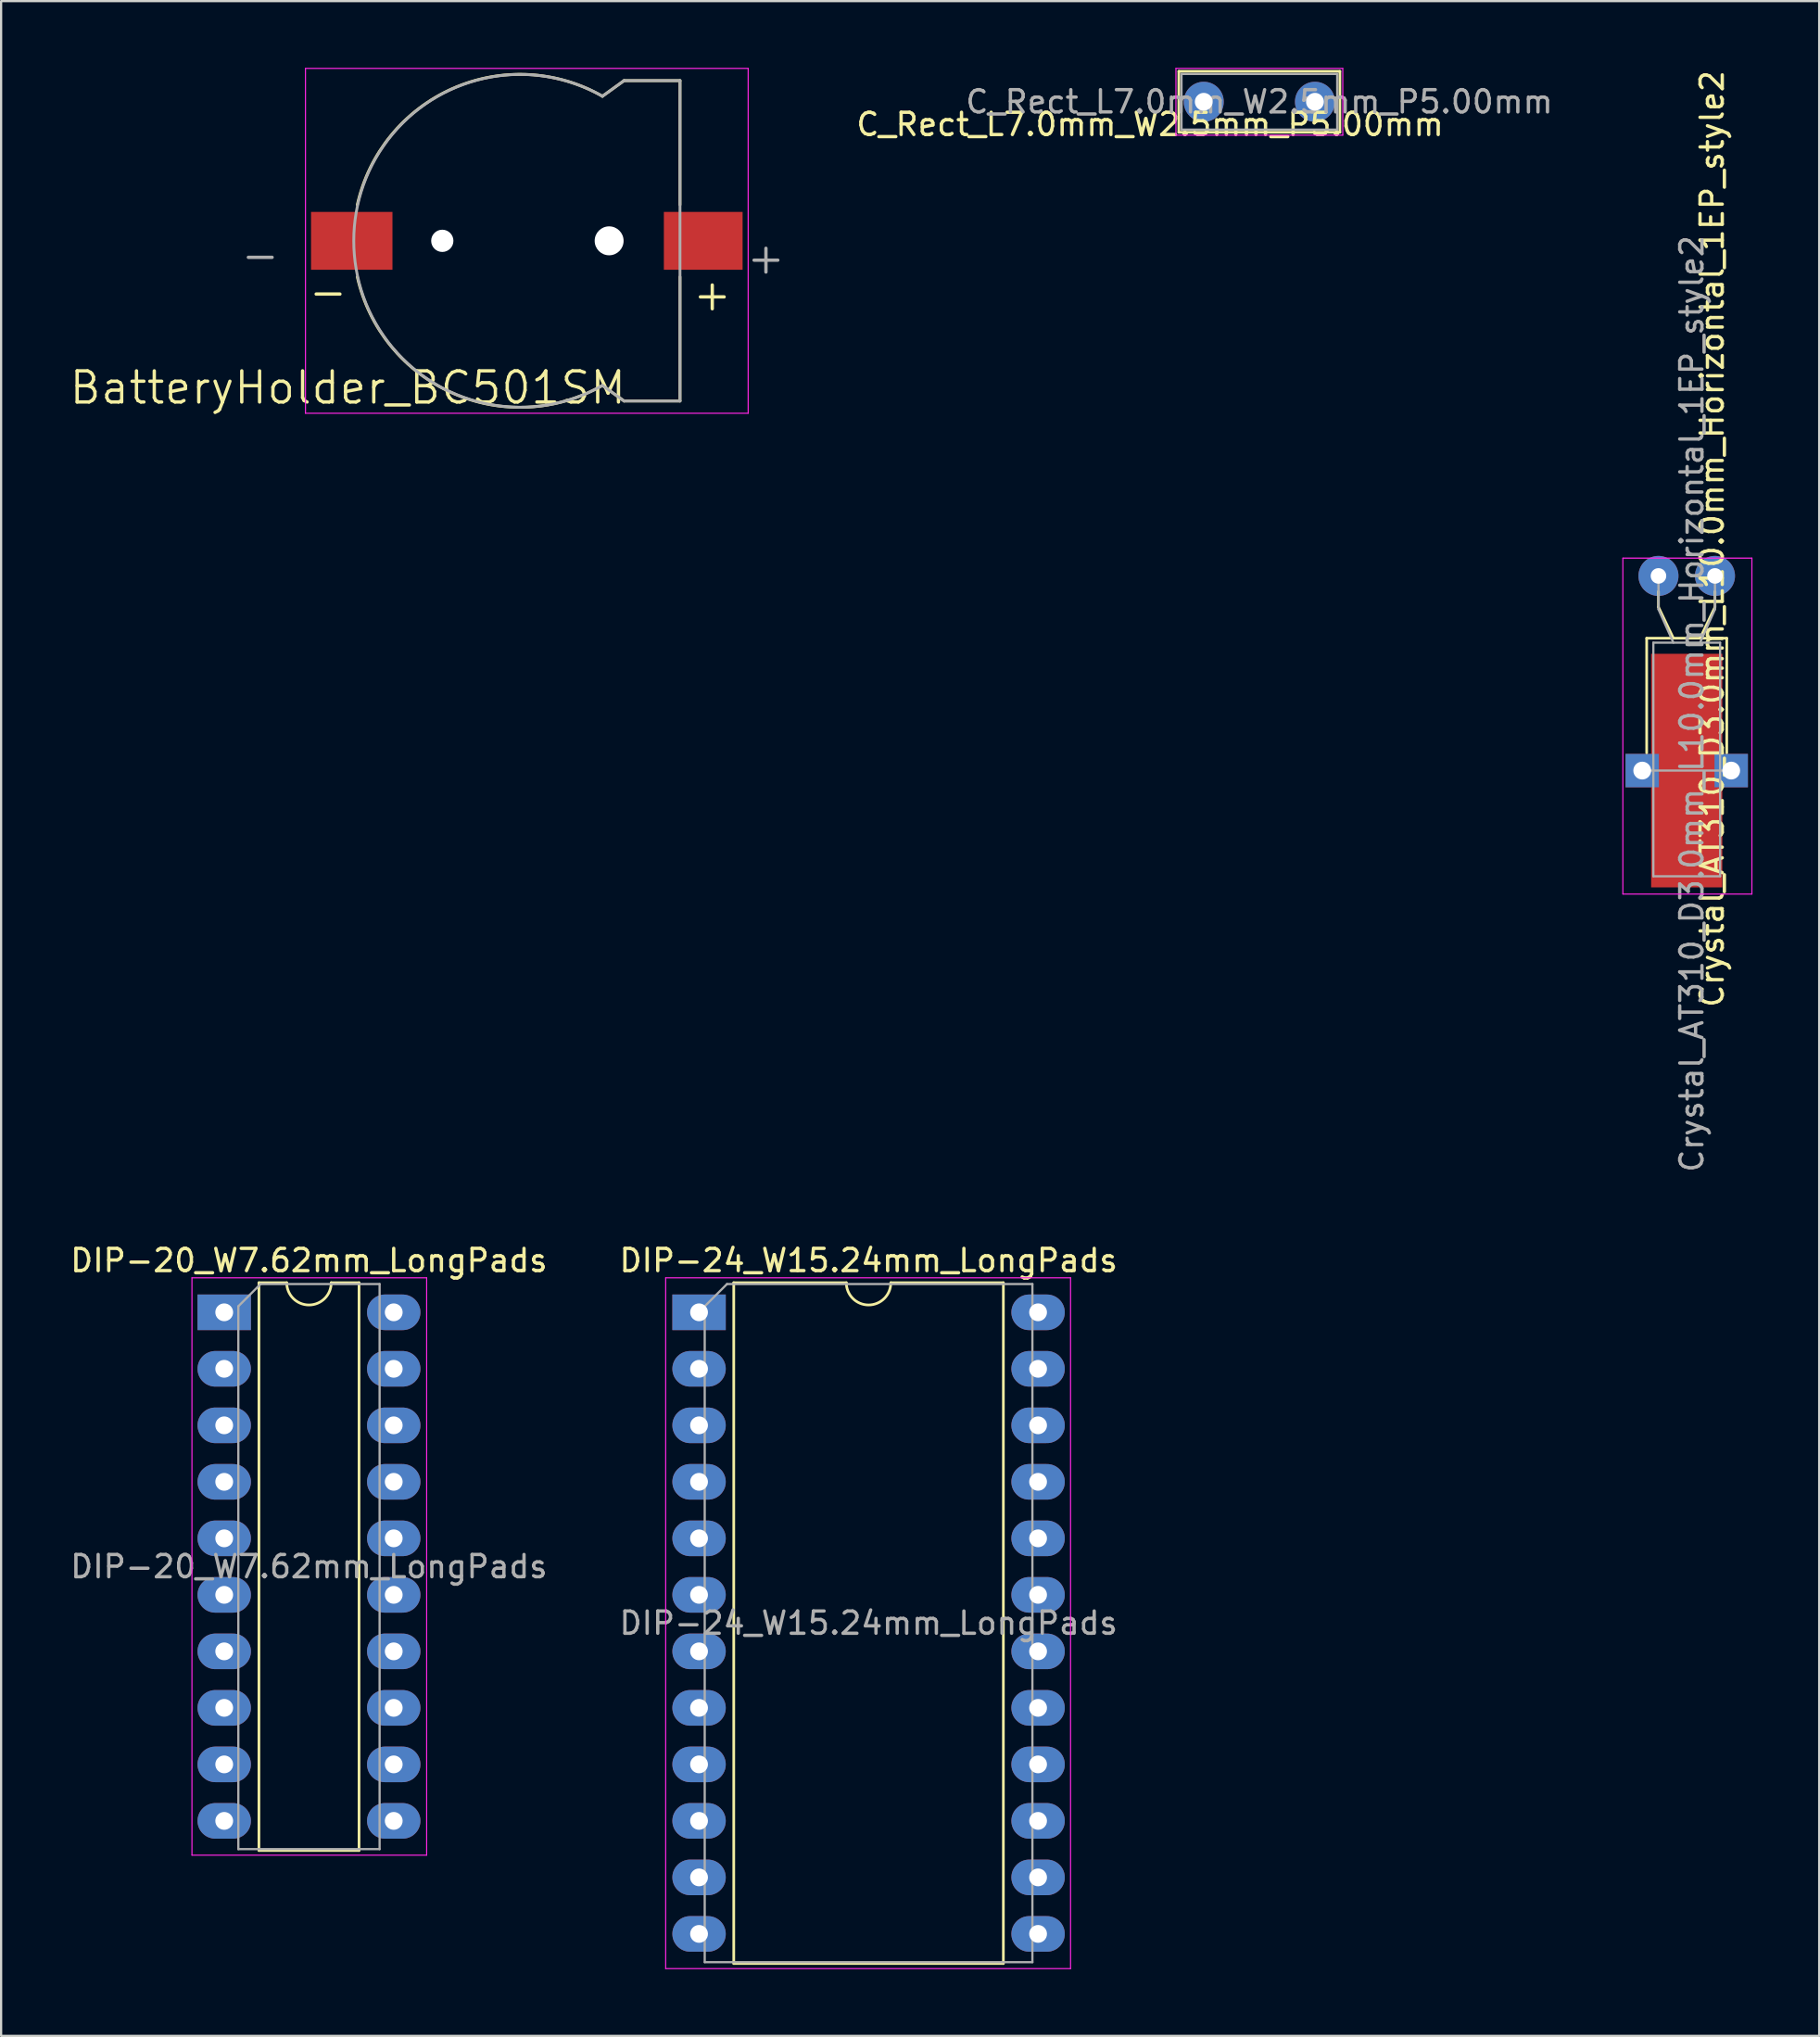
<source format=kicad_pcb>
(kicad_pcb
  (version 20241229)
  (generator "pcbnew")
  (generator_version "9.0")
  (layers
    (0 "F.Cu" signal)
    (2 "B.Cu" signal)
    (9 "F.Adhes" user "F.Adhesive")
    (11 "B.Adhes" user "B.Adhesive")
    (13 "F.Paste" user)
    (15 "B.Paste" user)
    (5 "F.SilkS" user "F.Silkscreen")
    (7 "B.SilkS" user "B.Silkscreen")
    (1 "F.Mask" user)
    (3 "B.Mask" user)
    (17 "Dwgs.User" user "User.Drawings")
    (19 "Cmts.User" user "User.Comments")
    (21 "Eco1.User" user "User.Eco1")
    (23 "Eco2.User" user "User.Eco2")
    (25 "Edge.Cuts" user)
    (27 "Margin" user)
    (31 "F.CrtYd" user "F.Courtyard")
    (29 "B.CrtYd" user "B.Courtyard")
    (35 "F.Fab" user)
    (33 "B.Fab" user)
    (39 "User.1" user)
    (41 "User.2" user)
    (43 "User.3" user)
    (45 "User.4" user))
  (footprint "DIP-20_W7.62mm_LongPads"
    (layer "F.Cu")
    (at 7.029 55.937)
    (property "Reference" "DIP-20_W7.62mm_LongPads" (at 3.81 -2.33 180) (layer "F.SilkS") (effects (font (size 1 1) (thickness 0.15))))
    (attr through_hole)
    (fp_line (start 1.56 -1.33) (end 1.56 24.19) (stroke (width 0.12) (type solid)) (layer "F.SilkS"))
    (fp_line (start 1.56 24.19) (end 6.06 24.19) (stroke (width 0.12) (type solid)) (layer "F.SilkS"))
    (fp_line (start 2.81 -1.33) (end 1.56 -1.33) (stroke (width 0.12) (type solid)) (layer "F.SilkS"))
    (fp_line (start 6.06 -1.33) (end 4.81 -1.33) (stroke (width 0.12) (type solid)) (layer "F.SilkS"))
    (fp_line (start 6.06 24.19) (end 6.06 -1.33) (stroke (width 0.12) (type solid)) (layer "F.SilkS"))
    (fp_arc (start 4.81 -1.33) (mid 3.81 -0.33) (end 2.81 -1.33) (stroke (width 0.12) (type solid)) (layer "F.SilkS"))
    (fp_line (start -1.45 -1.55) (end -1.45 24.4) (stroke (width 0.05) (type solid)) (layer "F.CrtYd"))
    (fp_line (start -1.45 24.4) (end 9.1 24.4) (stroke (width 0.05) (type solid)) (layer "F.CrtYd"))
    (fp_line (start 9.1 -1.55) (end -1.45 -1.55) (stroke (width 0.05) (type solid)) (layer "F.CrtYd"))
    (fp_line (start 9.1 24.4) (end 9.1 -1.55) (stroke (width 0.05) (type solid)) (layer "F.CrtYd"))
    (fp_line (start 0.635 -0.27) (end 1.635 -1.27) (stroke (width 0.1) (type solid)) (layer "F.Fab"))
    (fp_line (start 0.635 24.13) (end 0.635 -0.27) (stroke (width 0.1) (type solid)) (layer "F.Fab"))
    (fp_line (start 1.635 -1.27) (end 6.985 -1.27) (stroke (width 0.1) (type solid)) (layer "F.Fab"))
    (fp_line (start 6.985 -1.27) (end 6.985 24.13) (stroke (width 0.1) (type solid)) (layer "F.Fab"))
    (fp_line (start 6.985 24.13) (end 0.635 24.13) (stroke (width 0.1) (type solid)) (layer "F.Fab"))
    (fp_text user "${REFERENCE}" (at 3.81 11.43 180) (layer "F.Fab") (effects (font (size 1 1) (thickness 0.15))))
    (pad "1" thru_hole rect (at 0 0) (size 2.4 1.6) (drill 0.8) (layers "*.Cu" "*.Mask"))
    (pad "2" thru_hole oval (at 0 2.54) (size 2.4 1.6) (drill 0.8) (layers "*.Cu" "*.Mask"))
    (pad "3" thru_hole oval (at 0 5.08) (size 2.4 1.6) (drill 0.8) (layers "*.Cu" "*.Mask"))
    (pad "4" thru_hole oval (at 0 7.62) (size 2.4 1.6) (drill 0.8) (layers "*.Cu" "*.Mask"))
    (pad "5" thru_hole oval (at 0 10.16) (size 2.4 1.6) (drill 0.8) (layers "*.Cu" "*.Mask"))
    (pad "6" thru_hole oval (at 0 12.7) (size 2.4 1.6) (drill 0.8) (layers "*.Cu" "*.Mask"))
    (pad "7" thru_hole oval (at 0 15.24) (size 2.4 1.6) (drill 0.8) (layers "*.Cu" "*.Mask"))
    (pad "8" thru_hole oval (at 0 17.78) (size 2.4 1.6) (drill 0.8) (layers "*.Cu" "*.Mask"))
    (pad "9" thru_hole oval (at 0 20.32) (size 2.4 1.6) (drill 0.8) (layers "*.Cu" "*.Mask"))
    (pad "10" thru_hole oval (at 0 22.86) (size 2.4 1.6) (drill 0.8) (layers "*.Cu" "*.Mask"))
    (pad "11" thru_hole oval (at 7.62 22.86) (size 2.4 1.6) (drill 0.8) (layers "*.Cu" "*.Mask"))
    (pad "12" thru_hole oval (at 7.62 20.32) (size 2.4 1.6) (drill 0.8) (layers "*.Cu" "*.Mask"))
    (pad "13" thru_hole oval (at 7.62 17.78) (size 2.4 1.6) (drill 0.8) (layers "*.Cu" "*.Mask"))
    (pad "14" thru_hole oval (at 7.62 15.24) (size 2.4 1.6) (drill 0.8) (layers "*.Cu" "*.Mask"))
    (pad "15" thru_hole oval (at 7.62 12.7) (size 2.4 1.6) (drill 0.8) (layers "*.Cu" "*.Mask"))
    (pad "16" thru_hole oval (at 7.62 10.16) (size 2.4 1.6) (drill 0.8) (layers "*.Cu" "*.Mask"))
    (pad "17" thru_hole oval (at 7.62 7.62) (size 2.4 1.6) (drill 0.8) (layers "*.Cu" "*.Mask"))
    (pad "18" thru_hole oval (at 7.62 5.08) (size 2.4 1.6) (drill 0.8) (layers "*.Cu" "*.Mask"))
    (pad "19" thru_hole oval (at 7.62 2.54) (size 2.4 1.6) (drill 0.8) (layers "*.Cu" "*.Mask"))
    (pad "20" thru_hole oval (at 7.62 0) (size 2.4 1.6) (drill 0.8) (layers "*.Cu" "*.Mask")))
  (footprint "BatteryHolder_BC501SM"
    (layer "F.Cu")
    (at 20.332 7.775)
    (property "Reference" "BatteryHolder_BC501SM" (at -7.747 6.604 180) (layer "F.SilkS") (effects (font (size 1.4 1.4) (thickness 0.15))))
    (attr through_hole)
    (fp_line (start 4.67 -7.2) (end 3.7 -6.5) (stroke (width 0.127) (type solid)) (layer "F.SilkS"))
    (fp_line (start 4.67 7.2) (end 3.7 6.5) (stroke (width 0.127) (type solid)) (layer "F.SilkS"))
    (fp_line (start 7.185 -7.2) (end 4.67 -7.2) (stroke (width 0.127) (type solid)) (layer "F.SilkS"))
    (fp_line (start 7.185 -7.2) (end 7.185 -1.62) (stroke (width 0.127) (type solid)) (layer "F.SilkS"))
    (fp_line (start 7.185 1.62) (end 7.185 7.2) (stroke (width 0.127) (type solid)) (layer "F.SilkS"))
    (fp_line (start 7.185 7.2) (end 4.67 7.2) (stroke (width 0.127) (type solid)) (layer "F.SilkS"))
    (fp_arc (start -7.319999 -1.62) (mid -3.042265 -6.842697) (end 3.7 -6.5) (stroke (width 0.127) (type solid)) (layer "F.SilkS"))
    (fp_arc (start 3.700001 6.5) (mid -3.042265 6.842698) (end -7.32 1.62) (stroke (width 0.127) (type solid)) (layer "F.SilkS"))
    (fp_line (start -9.65 -7.75) (end 10.25 -7.75) (stroke (width 0.05) (type solid)) (layer "F.CrtYd"))
    (fp_line (start -9.65 7.75) (end -9.65 -7.75) (stroke (width 0.05) (type solid)) (layer "F.CrtYd"))
    (fp_line (start 10.25 -7.75) (end 10.25 7.75) (stroke (width 0.05) (type solid)) (layer "F.CrtYd"))
    (fp_line (start 10.25 7.75) (end -9.65 7.75) (stroke (width 0.05) (type solid)) (layer "F.CrtYd"))
    (fp_line (start 4.67 -7.2) (end 3.7 -6.5) (stroke (width 0.127) (type solid)) (layer "F.Fab"))
    (fp_line (start 4.67 7.2) (end 3.7 6.5) (stroke (width 0.127) (type solid)) (layer "F.Fab"))
    (fp_line (start 7.185 -7.2) (end 4.67 -7.2) (stroke (width 0.127) (type solid)) (layer "F.Fab"))
    (fp_line (start 7.185 -7.2) (end 7.185 7.2) (stroke (width 0.127) (type solid)) (layer "F.Fab"))
    (fp_line (start 7.185 7.2) (end 4.67 7.2) (stroke (width 0.127) (type solid)) (layer "F.Fab"))
    (fp_arc (start 3.699999 6.5) (mid -7.479336 0) (end 3.7 -6.5) (stroke (width 0.127) (type solid)) (layer "F.Fab"))
    (fp_text user "+" (at 8.636 2.413 180) (layer "F.SilkS") (effects (font (size 1.4 1.4) (thickness 0.15))))
    (fp_text user "-" (at -8.636 2.286 180) (layer "F.SilkS") (effects (font (size 1.4 1.4) (thickness 0.15))))
    (fp_text user "+" (at 11.049 0.762 180) (layer "F.Fab") (effects (font (size 1.4 1.4) (thickness 0.15))))
    (fp_text user "-" (at -11.684 0.635 180) (layer "F.Fab") (effects (font (size 1.4 1.4) (thickness 0.15))))
    (pad "" np_thru_hole circle (at -3.5 0) (size 1 1) (drill 1) (layers "*.Cu" "*.Mask"))
    (pad "" np_thru_hole circle (at 4 0) (size 1.3 1.3) (drill 1.3) (layers "*.Cu" "*.Mask"))
    (pad "1" smd rect (at 8.23 0 180) (size 3.54 2.6) (layers "F.Cu" "F.Mask" "F.Paste"))
    (pad "2" smd rect (at -7.57 0) (size 3.66 2.6) (layers "F.Cu" "F.Mask" "F.Paste")))
  (footprint "Crystal_AT310_D3.0mm_L10.0mm_Horizontal_1EP_style2"
    (layer "F.Cu")
    (at 71.502 22.837)
    (property "Reference" "Crystal_AT310_D3.0mm_L10.0mm_Horizontal_1EP_style2" (at 2.413 -1.664 270) (layer "F.SilkS") (effects (font (size 1 1) (thickness 0.15))))
    (attr through_hole)
    (fp_line (start -0.53 2.8) (end 3.07 2.8) (stroke (width 0.12) (type solid)) (layer "F.SilkS"))
    (fp_line (start -0.53 7.95) (end -0.53 2.8) (stroke (width 0.12) (type solid)) (layer "F.SilkS"))
    (fp_line (start 0 1.4) (end 0 0.7) (stroke (width 0.12) (type solid)) (layer "F.SilkS"))
    (fp_line (start 0.67 2.8) (end 0 1.4) (stroke (width 0.12) (type solid)) (layer "F.SilkS"))
    (fp_line (start 1.87 2.8) (end 2.54 1.4) (stroke (width 0.12) (type solid)) (layer "F.SilkS"))
    (fp_line (start 2.54 1.4) (end 2.54 0.7) (stroke (width 0.12) (type solid)) (layer "F.SilkS"))
    (fp_line (start 3.07 2.8) (end 3.07 7.95) (stroke (width 0.12) (type solid)) (layer "F.SilkS"))
    (fp_line (start -1.6 -0.8) (end -1.6 14.3) (stroke (width 0.05) (type solid)) (layer "F.CrtYd"))
    (fp_line (start -1.6 14.3) (end 4.2 14.3) (stroke (width 0.05) (type solid)) (layer "F.CrtYd"))
    (fp_line (start 4.2 -0.8) (end -1.6 -0.8) (stroke (width 0.05) (type solid)) (layer "F.CrtYd"))
    (fp_line (start 4.2 14.3) (end 4.2 -0.8) (stroke (width 0.05) (type solid)) (layer "F.CrtYd"))
    (fp_line (start -0.73 8.75) (end 3.27 8.75) (stroke (width 0.1) (type solid)) (layer "F.Fab"))
    (fp_line (start -0.23 3) (end -0.23 13.5) (stroke (width 0.1) (type solid)) (layer "F.Fab"))
    (fp_line (start -0.23 13.5) (end 2.77 13.5) (stroke (width 0.1) (type solid)) (layer "F.Fab"))
    (fp_line (start 0 1.5) (end 0 0) (stroke (width 0.1) (type solid)) (layer "F.Fab"))
    (fp_line (start 0.67 3) (end 0 1.5) (stroke (width 0.1) (type solid)) (layer "F.Fab"))
    (fp_line (start 1.87 3) (end 2.54 1.5) (stroke (width 0.1) (type solid)) (layer "F.Fab"))
    (fp_line (start 2.54 1.5) (end 2.54 0) (stroke (width 0.1) (type solid)) (layer "F.Fab"))
    (fp_line (start 2.77 3) (end -0.23 3) (stroke (width 0.1) (type solid)) (layer "F.Fab"))
    (fp_line (start 2.77 13.5) (end 2.77 3) (stroke (width 0.1) (type solid)) (layer "F.Fab"))
    (fp_text user "${REFERENCE}" (at 1.5 5.75 270) (layer "F.Fab") (effects (font (size 1 1) (thickness 0.15))))
    (pad "1" thru_hole circle (at 0 0) (size 1.8 1.8) (drill 0.7) (layers "*.Cu" "*.Mask"))
    (pad "2" thru_hole circle (at 2.54 0) (size 1.8 1.8) (drill 0.7) (layers "*.Cu" "*.Mask"))
    (pad "3" thru_hole rect (at -0.73 8.75) (size 1.5 1.5) (drill 0.8) (layers "*.Cu" "*.Mask"))
    (pad "3" smd rect (at 1.27 8.75) (size 3.2 10.5) (layers "F.Cu" "F.Mask" "F.Paste"))
    (pad "3" thru_hole rect (at 3.27 8.75) (size 1.5 1.5) (drill 0.8) (layers "*.Cu" "*.Mask")))
  (footprint "DIP-24_W15.24mm_LongPads"
    (layer "F.Cu")
    (at 28.374 55.937)
    (property "Reference" "DIP-24_W15.24mm_LongPads" (at 7.62 -2.33 0) (layer "F.SilkS") (effects (font (size 1 1) (thickness 0.15))))
    (attr through_hole)
    (fp_line (start 1.56 -1.33) (end 1.56 29.27) (stroke (width 0.12) (type solid)) (layer "F.SilkS"))
    (fp_line (start 1.56 29.27) (end 13.68 29.27) (stroke (width 0.12) (type solid)) (layer "F.SilkS"))
    (fp_line (start 6.62 -1.33) (end 1.56 -1.33) (stroke (width 0.12) (type solid)) (layer "F.SilkS"))
    (fp_line (start 13.68 -1.33) (end 8.62 -1.33) (stroke (width 0.12) (type solid)) (layer "F.SilkS"))
    (fp_line (start 13.68 29.27) (end 13.68 -1.33) (stroke (width 0.12) (type solid)) (layer "F.SilkS"))
    (fp_arc (start 8.62 -1.33) (mid 7.62 -0.33) (end 6.62 -1.33) (stroke (width 0.12) (type solid)) (layer "F.SilkS"))
    (fp_line (start -1.5 -1.55) (end -1.5 29.5) (stroke (width 0.05) (type solid)) (layer "F.CrtYd"))
    (fp_line (start -1.5 29.5) (end 16.7 29.5) (stroke (width 0.05) (type solid)) (layer "F.CrtYd"))
    (fp_line (start 16.7 -1.55) (end -1.5 -1.55) (stroke (width 0.05) (type solid)) (layer "F.CrtYd"))
    (fp_line (start 16.7 29.5) (end 16.7 -1.55) (stroke (width 0.05) (type solid)) (layer "F.CrtYd"))
    (fp_line (start 0.255 -0.27) (end 1.255 -1.27) (stroke (width 0.1) (type solid)) (layer "F.Fab"))
    (fp_line (start 0.255 29.21) (end 0.255 -0.27) (stroke (width 0.1) (type solid)) (layer "F.Fab"))
    (fp_line (start 1.255 -1.27) (end 14.985 -1.27) (stroke (width 0.1) (type solid)) (layer "F.Fab"))
    (fp_line (start 14.985 -1.27) (end 14.985 29.21) (stroke (width 0.1) (type solid)) (layer "F.Fab"))
    (fp_line (start 14.985 29.21) (end 0.255 29.21) (stroke (width 0.1) (type solid)) (layer "F.Fab"))
    (fp_text user "${REFERENCE}" (at 7.62 13.97 0) (layer "F.Fab") (effects (font (size 1 1) (thickness 0.15))))
    (pad "1" thru_hole rect (at 0 0) (size 2.4 1.6) (drill 0.8) (layers "*.Cu" "*.Mask"))
    (pad "2" thru_hole oval (at 0 2.54) (size 2.4 1.6) (drill 0.8) (layers "*.Cu" "*.Mask"))
    (pad "3" thru_hole oval (at 0 5.08) (size 2.4 1.6) (drill 0.8) (layers "*.Cu" "*.Mask"))
    (pad "4" thru_hole oval (at 0 7.62) (size 2.4 1.6) (drill 0.8) (layers "*.Cu" "*.Mask"))
    (pad "5" thru_hole oval (at 0 10.16) (size 2.4 1.6) (drill 0.8) (layers "*.Cu" "*.Mask"))
    (pad "6" thru_hole oval (at 0 12.7) (size 2.4 1.6) (drill 0.8) (layers "*.Cu" "*.Mask"))
    (pad "7" thru_hole oval (at 0 15.24) (size 2.4 1.6) (drill 0.8) (layers "*.Cu" "*.Mask"))
    (pad "8" thru_hole oval (at 0 17.78) (size 2.4 1.6) (drill 0.8) (layers "*.Cu" "*.Mask"))
    (pad "9" thru_hole oval (at 0 20.32) (size 2.4 1.6) (drill 0.8) (layers "*.Cu" "*.Mask"))
    (pad "10" thru_hole oval (at 0 22.86) (size 2.4 1.6) (drill 0.8) (layers "*.Cu" "*.Mask"))
    (pad "11" thru_hole oval (at 0 25.4) (size 2.4 1.6) (drill 0.8) (layers "*.Cu" "*.Mask"))
    (pad "12" thru_hole oval (at 0 27.94) (size 2.4 1.6) (drill 0.8) (layers "*.Cu" "*.Mask"))
    (pad "13" thru_hole oval (at 15.24 27.94) (size 2.4 1.6) (drill 0.8) (layers "*.Cu" "*.Mask"))
    (pad "14" thru_hole oval (at 15.24 25.4) (size 2.4 1.6) (drill 0.8) (layers "*.Cu" "*.Mask"))
    (pad "15" thru_hole oval (at 15.24 22.86) (size 2.4 1.6) (drill 0.8) (layers "*.Cu" "*.Mask"))
    (pad "16" thru_hole oval (at 15.24 20.32) (size 2.4 1.6) (drill 0.8) (layers "*.Cu" "*.Mask"))
    (pad "17" thru_hole oval (at 15.24 17.78) (size 2.4 1.6) (drill 0.8) (layers "*.Cu" "*.Mask"))
    (pad "18" thru_hole oval (at 15.24 15.24) (size 2.4 1.6) (drill 0.8) (layers "*.Cu" "*.Mask"))
    (pad "19" thru_hole oval (at 15.24 12.7) (size 2.4 1.6) (drill 0.8) (layers "*.Cu" "*.Mask"))
    (pad "20" thru_hole oval (at 15.24 10.16) (size 2.4 1.6) (drill 0.8) (layers "*.Cu" "*.Mask"))
    (pad "21" thru_hole oval (at 15.24 7.62) (size 2.4 1.6) (drill 0.8) (layers "*.Cu" "*.Mask"))
    (pad "22" thru_hole oval (at 15.24 5.08) (size 2.4 1.6) (drill 0.8) (layers "*.Cu" "*.Mask"))
    (pad "23" thru_hole oval (at 15.24 2.54) (size 2.4 1.6) (drill 0.8) (layers "*.Cu" "*.Mask"))
    (pad "24" thru_hole oval (at 15.24 0) (size 2.4 1.6) (drill 0.8) (layers "*.Cu" "*.Mask")))
  (footprint "C_Rect_L7.0mm_W2.5mm_P5.00mm"
    (layer "F.Cu")
    (at 51.061 1.525)
    (property "Reference" "C_Rect_L7.0mm_W2.5mm_P5.00mm" (at -2.413 1.016 180) (layer "F.SilkS") (effects (font (size 1 1) (thickness 0.15))))
    (attr through_hole)
    (fp_line (start -1.12 -1.37) (end -1.12 1.37) (stroke (width 0.12) (type solid)) (layer "F.SilkS"))
    (fp_line (start -1.12 -1.37) (end 6.12 -1.37) (stroke (width 0.12) (type solid)) (layer "F.SilkS"))
    (fp_line (start -1.12 1.37) (end 6.12 1.37) (stroke (width 0.12) (type solid)) (layer "F.SilkS"))
    (fp_line (start 6.12 -1.37) (end 6.12 1.37) (stroke (width 0.12) (type solid)) (layer "F.SilkS"))
    (fp_line (start -1.25 -1.5) (end -1.25 1.5) (stroke (width 0.05) (type solid)) (layer "F.CrtYd"))
    (fp_line (start -1.25 1.5) (end 6.25 1.5) (stroke (width 0.05) (type solid)) (layer "F.CrtYd"))
    (fp_line (start 6.25 -1.5) (end -1.25 -1.5) (stroke (width 0.05) (type solid)) (layer "F.CrtYd"))
    (fp_line (start 6.25 1.5) (end 6.25 -1.5) (stroke (width 0.05) (type solid)) (layer "F.CrtYd"))
    (fp_line (start -1 -1.25) (end -1 1.25) (stroke (width 0.1) (type solid)) (layer "F.Fab"))
    (fp_line (start -1 1.25) (end 6 1.25) (stroke (width 0.1) (type solid)) (layer "F.Fab"))
    (fp_line (start 6 -1.25) (end -1 -1.25) (stroke (width 0.1) (type solid)) (layer "F.Fab"))
    (fp_line (start 6 1.25) (end 6 -1.25) (stroke (width 0.1) (type solid)) (layer "F.Fab"))
    (fp_text user "${REFERENCE}" (at 2.5 0 180) (layer "F.Fab") (effects (font (size 1 1) (thickness 0.15))))
    (pad "1" thru_hole circle (at 0 0) (size 1.8 1.8) (drill 0.8) (layers "*.Cu" "*.Mask"))
    (pad "2" thru_hole circle (at 5 0) (size 1.8 1.8) (drill 0.8) (layers "*.Cu" "*.Mask")))
  (gr_rect
    (start -3 -3)
    (end 78.727 88.462)
    (stroke (width 0.1) (type default))
    (fill no)
    (layer "Edge.Cuts")))
</source>
